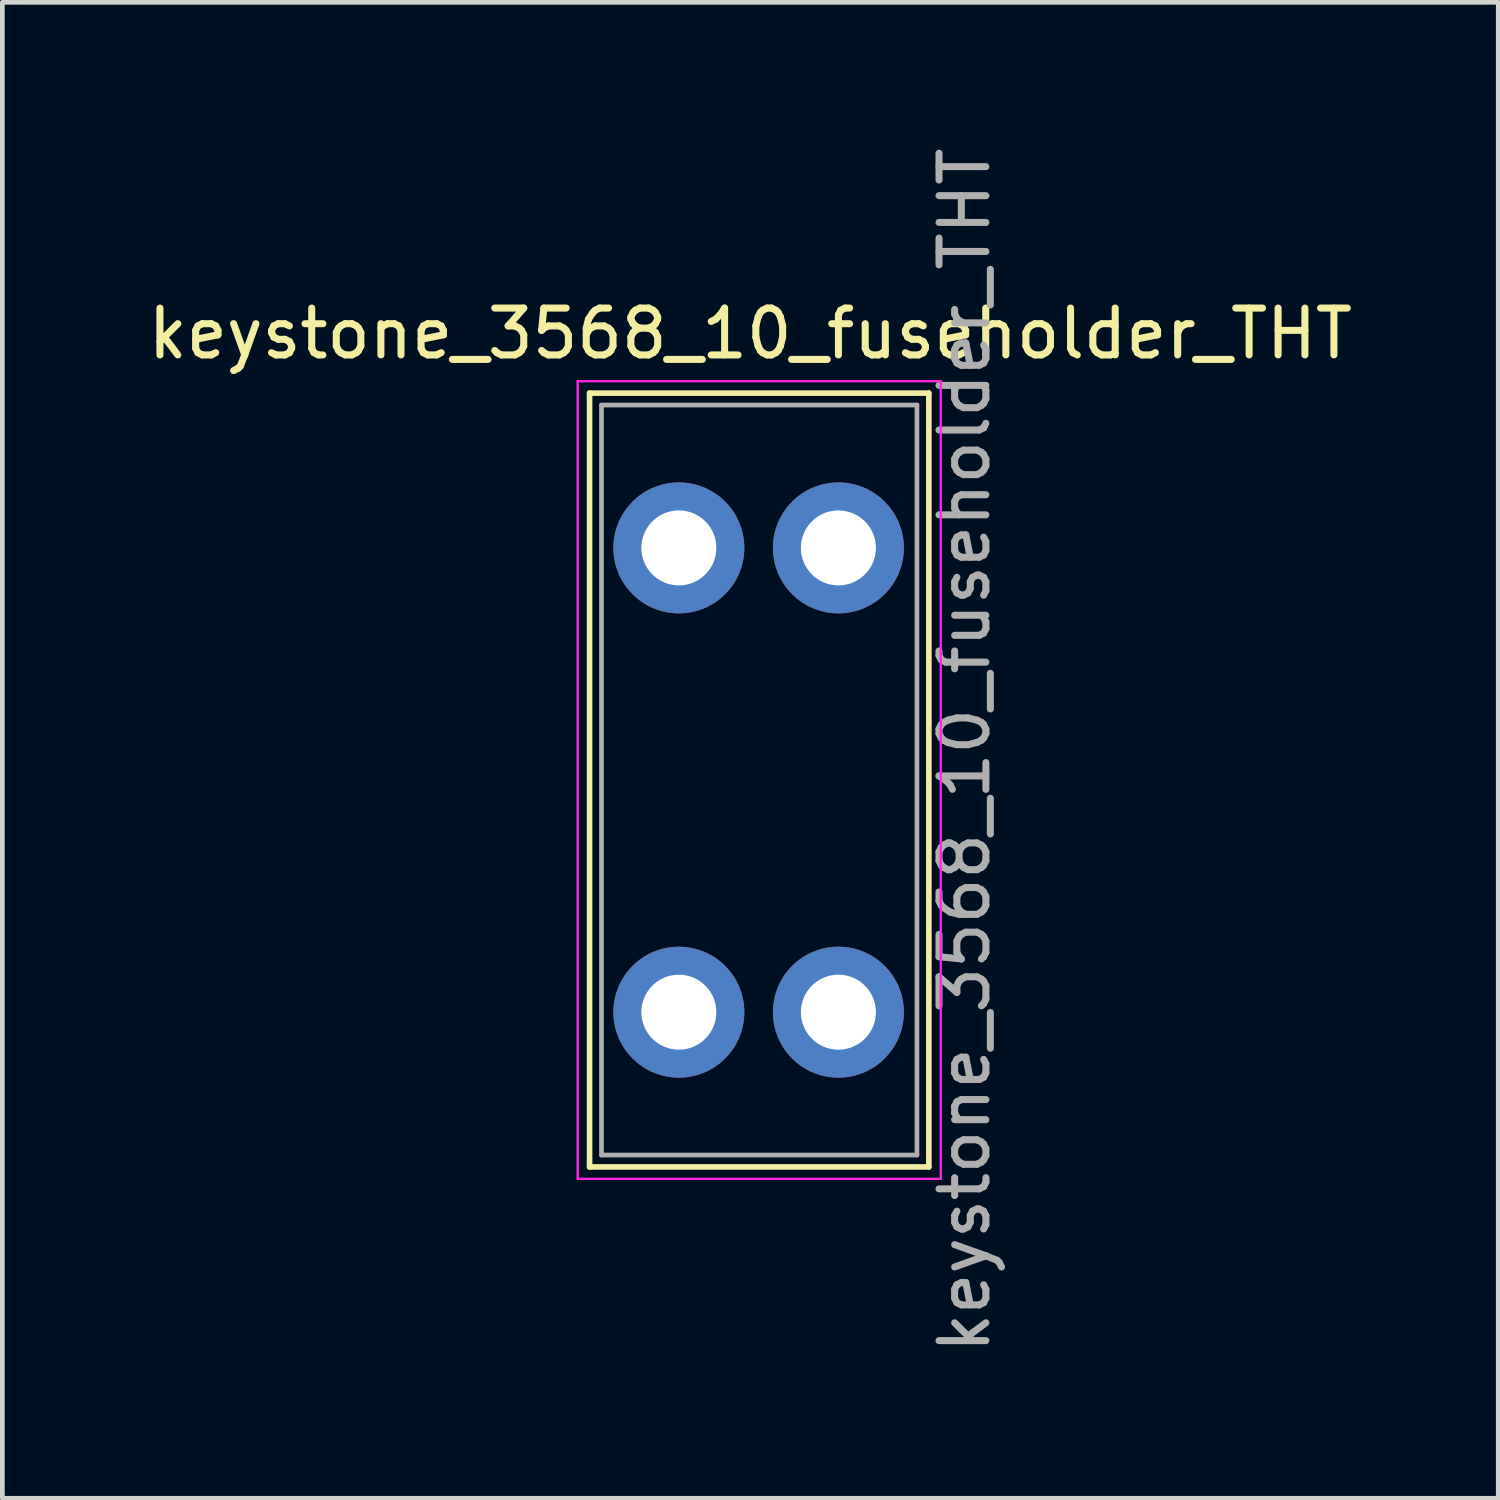
<source format=kicad_pcb>
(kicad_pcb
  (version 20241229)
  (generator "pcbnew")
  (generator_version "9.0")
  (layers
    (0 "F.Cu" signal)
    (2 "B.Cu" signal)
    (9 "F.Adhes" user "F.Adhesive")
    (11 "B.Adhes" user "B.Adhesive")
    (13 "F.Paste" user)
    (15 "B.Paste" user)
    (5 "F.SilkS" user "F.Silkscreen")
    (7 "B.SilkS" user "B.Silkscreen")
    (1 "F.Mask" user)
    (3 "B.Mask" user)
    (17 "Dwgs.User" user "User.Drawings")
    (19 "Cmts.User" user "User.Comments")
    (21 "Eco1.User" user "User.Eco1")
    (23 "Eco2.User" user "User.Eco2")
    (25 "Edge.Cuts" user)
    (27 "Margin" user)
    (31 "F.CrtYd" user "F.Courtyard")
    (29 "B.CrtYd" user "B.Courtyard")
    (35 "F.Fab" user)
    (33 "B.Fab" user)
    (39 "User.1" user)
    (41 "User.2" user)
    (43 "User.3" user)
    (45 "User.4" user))
  (footprint "keystone_3568_10_fuseholder_THT"
    (layer "F.Cu")
    (at 11.434 8.64)
    (property "Reference" "keystone_3568_10_fuseholder_THT" (at 1.524 -4.572 0) (layer "F.SilkS") (effects (font (size 1 1) (thickness 0.15))))
    (attr through_hole)
    (fp_line (start -1.905 -3.302) (end -1.905 13.208) (stroke (width 0.12) (type solid)) (layer "F.SilkS"))
    (fp_line (start -1.905 -3.302) (end 5.334 -3.302) (stroke (width 0.12) (type solid)) (layer "F.SilkS"))
    (fp_line (start -1.905 13.208) (end 5.334 13.208) (stroke (width 0.12) (type solid)) (layer "F.SilkS"))
    (fp_line (start 5.334 -3.302) (end 5.334 13.208) (stroke (width 0.12) (type solid)) (layer "F.SilkS"))
    (fp_line (start -2.159 -3.556) (end -2.159 13.462) (stroke (width 0.05) (type solid)) (layer "F.CrtYd"))
    (fp_line (start -2.159 -3.556) (end 5.588 -3.556) (stroke (width 0.05) (type solid)) (layer "F.CrtYd"))
    (fp_line (start -2.159 13.462) (end 5.588 13.462) (stroke (width 0.05) (type solid)) (layer "F.CrtYd"))
    (fp_line (start 5.588 -3.556) (end 5.588 13.462) (stroke (width 0.05) (type solid)) (layer "F.CrtYd"))
    (fp_line (start -1.651 -3.048) (end -1.651 12.954) (stroke (width 0.1) (type solid)) (layer "F.Fab"))
    (fp_line (start -1.651 -3.048) (end 5.08 -3.048) (stroke (width 0.1) (type solid)) (layer "F.Fab"))
    (fp_line (start -1.651 12.954) (end 5.08 12.954) (stroke (width 0.1) (type solid)) (layer "F.Fab"))
    (fp_line (start 5.08 12.954) (end 5.08 -3.048) (stroke (width 0.1) (type solid)) (layer "F.Fab"))
    (fp_text user "${REFERENCE}" (at 6.096 4.318 90) (layer "F.Fab") (effects (font (size 1 1) (thickness 0.15))))
    (pad "1" thru_hole circle (at 0 0) (size 2.794 2.794) (drill 1.6) (layers "*.Cu" "*.Mask"))
    (pad "2" thru_hole circle (at 3.404 0) (size 2.794 2.794) (drill 1.6) (layers "*.Cu" "*.Mask"))
    (pad "3" thru_hole circle (at 0 9.906) (size 2.794 2.794) (drill 1.6) (layers "*.Cu" "*.Mask"))
    (pad "4" thru_hole circle (at 3.404 9.906) (size 2.794 2.794) (drill 1.6) (layers "*.Cu" "*.Mask")))
  (gr_rect
    (start -3 -3)
    (end 28.917 28.917)
    (stroke (width 0.1) (type default))
    (fill no)
    (layer "Edge.Cuts")))
</source>
